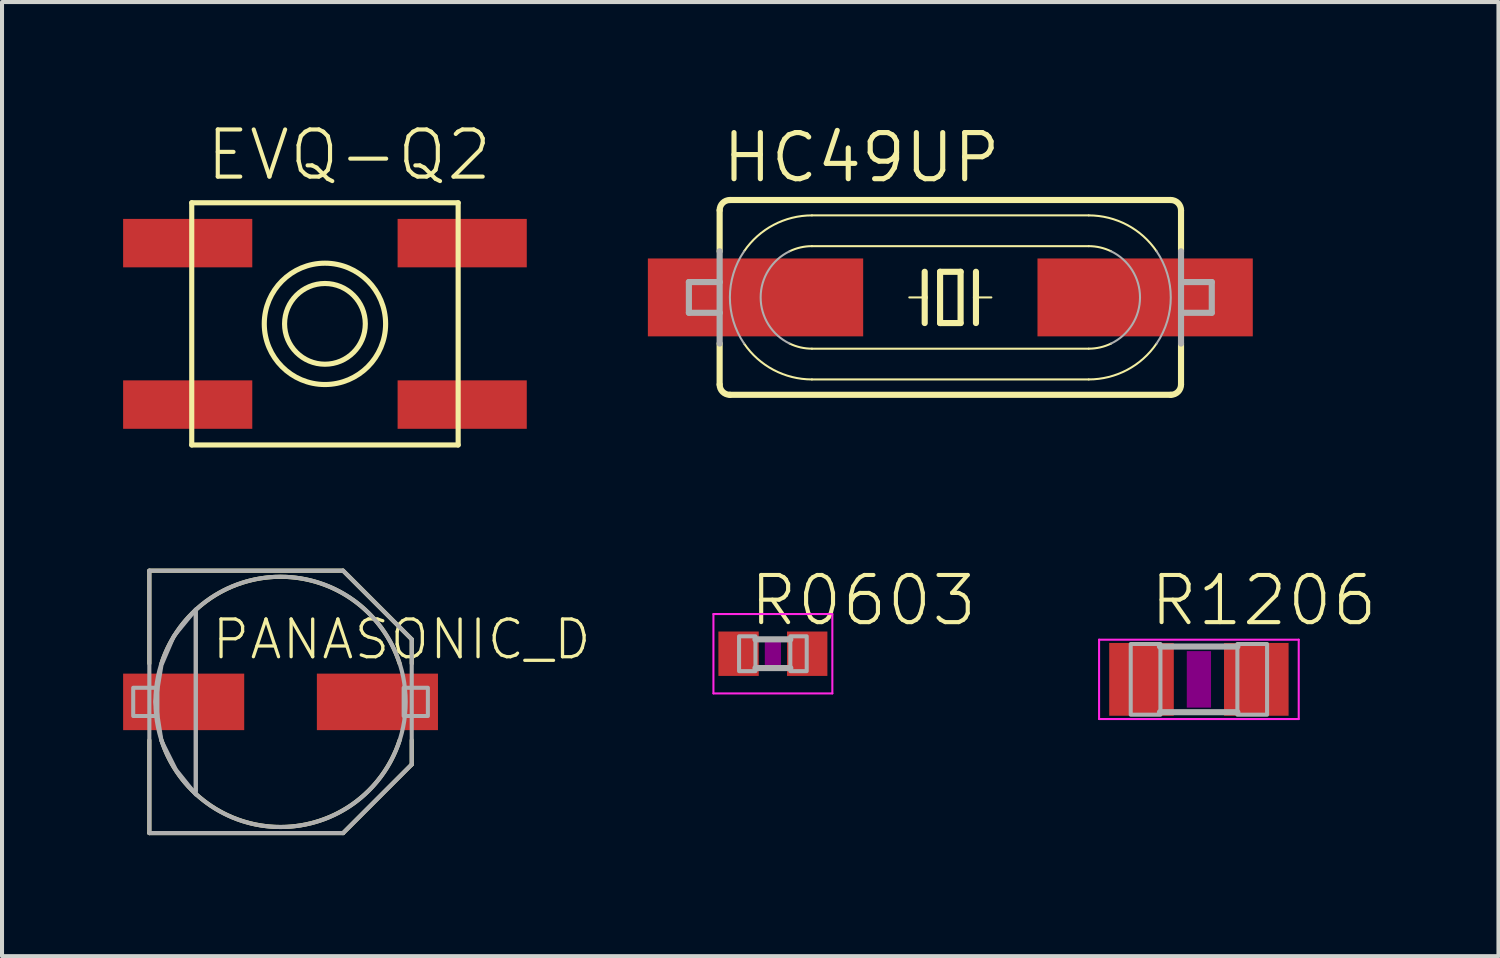
<source format=kicad_pcb>
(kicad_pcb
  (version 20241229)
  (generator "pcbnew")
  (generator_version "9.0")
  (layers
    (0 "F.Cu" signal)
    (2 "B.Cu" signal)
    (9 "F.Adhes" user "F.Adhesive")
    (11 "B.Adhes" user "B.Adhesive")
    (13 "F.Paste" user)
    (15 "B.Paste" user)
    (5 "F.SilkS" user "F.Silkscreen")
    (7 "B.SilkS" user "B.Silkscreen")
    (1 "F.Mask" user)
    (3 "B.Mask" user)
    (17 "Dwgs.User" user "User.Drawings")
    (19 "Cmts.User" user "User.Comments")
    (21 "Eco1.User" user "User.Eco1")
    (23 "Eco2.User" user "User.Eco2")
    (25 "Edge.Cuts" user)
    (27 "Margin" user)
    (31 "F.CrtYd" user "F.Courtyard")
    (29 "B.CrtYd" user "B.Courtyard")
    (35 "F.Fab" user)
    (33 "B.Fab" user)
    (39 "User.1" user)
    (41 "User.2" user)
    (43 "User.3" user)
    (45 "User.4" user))
  (footprint "PANASONIC_D"
    (layer "F.Cu")
    (at 3.9 14.338)
    (property "Reference" "PANASONIC_D" (at -1.75 -1 0) (layer "F.SilkS") (effects (font (size 0.935 0.935) (thickness 0.081)) (justify left bottom)))
    (fp_line (start -3.25 -3.25) (end 1.55 -3.25) (stroke (width 0.102) (type solid)) (layer "F.SilkS"))
    (fp_line (start -3.25 -0.95) (end -3.25 -3.25) (stroke (width 0.102) (type solid)) (layer "F.SilkS"))
    (fp_line (start -3.25 3.25) (end -3.25 0.95) (stroke (width 0.102) (type solid)) (layer "F.SilkS"))
    (fp_line (start 1.55 -3.25) (end 3.25 -1.55) (stroke (width 0.102) (type solid)) (layer "F.SilkS"))
    (fp_line (start 1.55 3.25) (end -3.25 3.25) (stroke (width 0.102) (type solid)) (layer "F.SilkS"))
    (fp_line (start 3.25 -1.55) (end 3.25 -0.95) (stroke (width 0.102) (type solid)) (layer "F.SilkS"))
    (fp_line (start 3.25 0.95) (end 3.25 1.55) (stroke (width 0.102) (type solid)) (layer "F.SilkS"))
    (fp_line (start 3.25 1.55) (end 1.55 3.25) (stroke (width 0.102) (type solid)) (layer "F.SilkS"))
    (fp_arc (start -2.95 -0.95) (mid 0 -3.099193) (end 2.95 -0.95) (stroke (width 0.1016) (type solid)) (layer "F.SilkS"))
    (fp_arc (start 2.95 0.95) (mid 0 3.099193) (end -2.95 0.95) (stroke (width 0.1016) (type solid)) (layer "F.SilkS"))
    (fp_line (start -3.25 -3.25) (end 1.55 -3.25) (stroke (width 0.102) (type solid)) (layer "F.Fab"))
    (fp_line (start -3.25 3.25) (end -3.25 -3.25) (stroke (width 0.102) (type solid)) (layer "F.Fab"))
    (fp_line (start -2.1 -2.25) (end -2.1 2.2) (stroke (width 0.102) (type solid)) (layer "F.Fab"))
    (fp_line (start 1.55 -3.25) (end 3.25 -1.55) (stroke (width 0.102) (type solid)) (layer "F.Fab"))
    (fp_line (start 1.55 3.25) (end -3.25 3.25) (stroke (width 0.102) (type solid)) (layer "F.Fab"))
    (fp_line (start 3.25 -1.55) (end 3.25 1.55) (stroke (width 0.102) (type solid)) (layer "F.Fab"))
    (fp_line (start 3.25 1.55) (end 1.55 3.25) (stroke (width 0.102) (type solid)) (layer "F.Fab"))
    (fp_circle (center 0 0) (end 3.1 0) (stroke (width 0.102) (type solid)) (fill no) (layer "F.Fab"))
    (fp_poly (pts (xy -3.65 0.35) (xy -3.05 0.35) (xy -3.05 -0.35) (xy -3.65 -0.35)) (stroke (width 0.1) (type solid)) (fill no) (layer "F.Fab"))
    (fp_poly (pts (xy 3.05 0.35) (xy 3.65 0.35) (xy 3.65 -0.35) (xy 3.05 -0.35)) (stroke (width 0.1) (type solid)) (fill no) (layer "F.Fab"))
    (fp_poly (pts (xy -2.099 2.295) (xy -2.593 1.678) (xy -2.949 0.966) (xy -3.101 -0.00022) (xy -2.949 -0.914) (xy -2.644 -1.627) (xy -2.099 -2.292)) (stroke (width 0.1) (type solid)) (fill no) (layer "F.Fab"))
    (pad "+" smd rect (at 2.4 0) (size 3 1.4) (layers "F.Cu" "F.Mask" "F.Paste"))
    (pad "-" smd rect (at -2.4 0) (size 3 1.4) (layers "F.Cu" "F.Mask" "F.Paste")))
  (footprint "R0603"
    (layer "F.Cu")
    (at 16.097 13.145)
    (property "Reference" "R0603" (at -0.635 -0.635 0) (layer "F.SilkS") (effects (font (size 1.168 1.168) (thickness 0.102)) (justify left bottom)))
    (fp_poly (pts (xy -0.2 0.4) (xy 0.2 0.4) (xy 0.2 -0.4) (xy -0.2 -0.4)) (stroke (width 0) (type solid)) (fill yes) (layer "F.Adhes"))
    (fp_line (start -1.473 -0.983) (end 1.473 -0.983) (stroke (width 0.051) (type solid)) (layer "F.CrtYd"))
    (fp_line (start -1.473 0.983) (end -1.473 -0.983) (stroke (width 0.051) (type solid)) (layer "F.CrtYd"))
    (fp_line (start 1.473 -0.983) (end 1.473 0.983) (stroke (width 0.051) (type solid)) (layer "F.CrtYd"))
    (fp_line (start 1.473 0.983) (end -1.473 0.983) (stroke (width 0.051) (type solid)) (layer "F.CrtYd"))
    (fp_line (start -0.432 0.356) (end 0.432 0.356) (stroke (width 0.152) (type solid)) (layer "F.Fab"))
    (fp_line (start 0.432 -0.356) (end -0.432 -0.356) (stroke (width 0.152) (type solid)) (layer "F.Fab"))
    (fp_poly (pts (xy -0.838 0.432) (xy -0.432 0.432) (xy -0.432 -0.432) (xy -0.838 -0.432)) (stroke (width 0.1) (type solid)) (fill no) (layer "F.Fab"))
    (fp_poly (pts (xy 0.432 0.432) (xy 0.838 0.432) (xy 0.838 -0.432) (xy 0.432 -0.432)) (stroke (width 0.1) (type solid)) (fill no) (layer "F.Fab"))
    (pad "1" smd rect (at -0.85 0) (size 1 1.1) (layers "F.Cu" "F.Mask" "F.Paste"))
    (pad "2" smd rect (at 0.85 0) (size 1 1.1) (layers "F.Cu" "F.Mask" "F.Paste")))
  (footprint "EVQ-Q2"
    (layer "F.Cu")
    (at 5 4.973)
    (property "Reference" "EVQ-Q2" (at -3 -3.5 0) (layer "F.SilkS") (effects (font (size 1.168 1.168) (thickness 0.102)) (justify left bottom)))
    (fp_line (start -3.3 -3) (end 3.3 -3) (stroke (width 0.127) (type solid)) (layer "F.SilkS"))
    (fp_line (start -3.3 3) (end -3.3 -3) (stroke (width 0.127) (type solid)) (layer "F.SilkS"))
    (fp_line (start 3.3 -3) (end 3.3 3) (stroke (width 0.127) (type solid)) (layer "F.SilkS"))
    (fp_line (start 3.3 3) (end -3.3 3) (stroke (width 0.127) (type solid)) (layer "F.SilkS"))
    (fp_circle (center 0 0) (end 1 0) (stroke (width 0.127) (type solid)) (fill no) (layer "F.SilkS"))
    (fp_circle (center 0 0) (end 1.503 0) (stroke (width 0.127) (type solid)) (fill no) (layer "F.SilkS"))
    (pad "A" smd rect (at -3.4 2) (size 3.2 1.2) (layers "F.Cu" "F.Mask" "F.Paste"))
    (pad "A'" smd rect (at 3.4 2) (size 3.2 1.2) (layers "F.Cu" "F.Mask" "F.Paste"))
    (pad "B" smd rect (at -3.4 -2) (size 3.2 1.2) (layers "F.Cu" "F.Mask" "F.Paste"))
    (pad "B'" smd rect (at 3.4 -2) (size 3.2 1.2) (layers "F.Cu" "F.Mask" "F.Paste")))
  (footprint "R1206"
    (layer "F.Cu")
    (at 26.651 13.78)
    (property "Reference" "R1206" (at -1.27 -1.27 0) (layer "F.SilkS") (effects (font (size 1.168 1.168) (thickness 0.102)) (justify left bottom)))
    (fp_poly (pts (xy -0.3 0.7) (xy 0.3 0.7) (xy 0.3 -0.7) (xy -0.3 -0.7)) (stroke (width 0) (type solid)) (fill yes) (layer "F.Adhes"))
    (fp_line (start -2.473 -0.983) (end 2.473 -0.983) (stroke (width 0.051) (type solid)) (layer "F.CrtYd"))
    (fp_line (start -2.473 0.983) (end -2.473 -0.983) (stroke (width 0.051) (type solid)) (layer "F.CrtYd"))
    (fp_line (start 2.473 -0.983) (end 2.473 0.983) (stroke (width 0.051) (type solid)) (layer "F.CrtYd"))
    (fp_line (start 2.473 0.983) (end -2.473 0.983) (stroke (width 0.051) (type solid)) (layer "F.CrtYd"))
    (fp_line (start 0.953 -0.813) (end -0.965 -0.813) (stroke (width 0.152) (type solid)) (layer "F.Fab"))
    (fp_line (start 0.953 0.813) (end -0.965 0.813) (stroke (width 0.152) (type solid)) (layer "F.Fab"))
    (fp_poly (pts (xy -1.689 0.876) (xy -0.953 0.876) (xy -0.953 -0.876) (xy -1.689 -0.876)) (stroke (width 0.1) (type solid)) (fill no) (layer "F.Fab"))
    (fp_poly (pts (xy 0.953 0.876) (xy 1.689 0.876) (xy 1.689 -0.876) (xy 0.953 -0.876)) (stroke (width 0.1) (type solid)) (fill no) (layer "F.Fab"))
    (pad "1" smd rect (at -1.422 0) (size 1.6 1.803) (layers "F.Cu" "F.Mask" "F.Paste"))
    (pad "2" smd rect (at 1.422 0) (size 1.6 1.803) (layers "F.Cu" "F.Mask" "F.Paste")))
  (footprint "HC49UP"
    (layer "F.Cu")
    (at 20.493 4.318)
    (property "Reference" "HC49UP" (at -5.715 -2.794 0) (layer "F.SilkS") (effects (font (size 1.143 1.143) (thickness 0.127)) (justify left bottom)))
    (fp_line (start -5.715 -1.143) (end -5.715 -2.159) (stroke (width 0.152) (type solid)) (layer "F.SilkS"))
    (fp_line (start -5.715 2.159) (end -5.715 1.143) (stroke (width 0.152) (type solid)) (layer "F.SilkS"))
    (fp_line (start -3.429 -2.032) (end 3.429 -2.032) (stroke (width 0.051) (type solid)) (layer "F.SilkS"))
    (fp_line (start -3.429 -1.27) (end 3.429 -1.27) (stroke (width 0.051) (type solid)) (layer "F.SilkS"))
    (fp_line (start -0.635 -0.635) (end -0.635 0) (stroke (width 0.152) (type solid)) (layer "F.SilkS"))
    (fp_line (start -0.635 0) (end -1.016 0) (stroke (width 0.051) (type solid)) (layer "F.SilkS"))
    (fp_line (start -0.635 0) (end -0.635 0.635) (stroke (width 0.152) (type solid)) (layer "F.SilkS"))
    (fp_line (start -0.254 -0.635) (end -0.254 0.635) (stroke (width 0.152) (type solid)) (layer "F.SilkS"))
    (fp_line (start -0.254 0.635) (end 0.254 0.635) (stroke (width 0.152) (type solid)) (layer "F.SilkS"))
    (fp_line (start 0.254 -0.635) (end -0.254 -0.635) (stroke (width 0.152) (type solid)) (layer "F.SilkS"))
    (fp_line (start 0.254 0.635) (end 0.254 -0.635) (stroke (width 0.152) (type solid)) (layer "F.SilkS"))
    (fp_line (start 0.635 -0.635) (end 0.635 0) (stroke (width 0.152) (type solid)) (layer "F.SilkS"))
    (fp_line (start 0.635 0) (end 0.635 0.635) (stroke (width 0.152) (type solid)) (layer "F.SilkS"))
    (fp_line (start 0.635 0) (end 1.016 0) (stroke (width 0.051) (type solid)) (layer "F.SilkS"))
    (fp_line (start 3.429 1.27) (end -3.429 1.27) (stroke (width 0.051) (type solid)) (layer "F.SilkS"))
    (fp_line (start 3.429 2.032) (end -3.429 2.032) (stroke (width 0.051) (type solid)) (layer "F.SilkS"))
    (fp_line (start 5.461 -2.413) (end -5.461 -2.413) (stroke (width 0.152) (type solid)) (layer "F.SilkS"))
    (fp_line (start 5.461 2.413) (end -5.461 2.413) (stroke (width 0.152) (type solid)) (layer "F.SilkS"))
    (fp_line (start 5.715 -1.143) (end 5.715 -2.159) (stroke (width 0.152) (type solid)) (layer "F.SilkS"))
    (fp_line (start 5.715 2.159) (end 5.715 1.143) (stroke (width 0.152) (type solid)) (layer "F.SilkS"))
    (fp_arc (start -5.715 -2.159) (mid -5.640605 -2.338605) (end -5.461 -2.413) (stroke (width 0.1524) (type solid)) (layer "F.SilkS"))
    (fp_arc (start -5.461 2.413) (mid -5.640605 2.338605) (end -5.715 2.159) (stroke (width 0.1524) (type solid)) (layer "F.SilkS"))
    (fp_arc (start -5.1091 -1.143) (mid -4.379417 -1.796107) (end -3.429 -2.032101) (stroke (width 0.0508) (type solid)) (layer "F.SilkS"))
    (fp_arc (start -3.9826 -1.143) (mid -3.712991 -1.237845) (end -3.429 -1.27) (stroke (width 0.0508) (type solid)) (layer "F.SilkS"))
    (fp_arc (start -3.429 1.27) (mid -3.712991 1.237845) (end -3.9826 1.143) (stroke (width 0.0508) (type solid)) (layer "F.SilkS"))
    (fp_arc (start -3.429 2.032001) (mid -4.379408 1.796063) (end -5.1091 1.143) (stroke (width 0.0508) (type solid)) (layer "F.SilkS"))
    (fp_arc (start 3.429 -2.032) (mid 4.379408 -1.796062) (end 5.1091 -1.142999) (stroke (width 0.0508) (type solid)) (layer "F.SilkS"))
    (fp_arc (start 3.429 -1.27) (mid 3.712991 -1.237845) (end 3.9826 -1.143) (stroke (width 0.0508) (type solid)) (layer "F.SilkS"))
    (fp_arc (start 3.9826 1.143) (mid 3.712991 1.237845) (end 3.429 1.27) (stroke (width 0.0508) (type solid)) (layer "F.SilkS"))
    (fp_arc (start 5.109 1.142899) (mid 4.379368 1.795994) (end 3.429 2.032) (stroke (width 0.0508) (type solid)) (layer "F.SilkS"))
    (fp_arc (start 5.461 -2.413) (mid 5.640605 -2.338605) (end 5.715 -2.159) (stroke (width 0.1524) (type solid)) (layer "F.SilkS"))
    (fp_arc (start 5.715 2.159) (mid 5.640605 2.338605) (end 5.461 2.413) (stroke (width 0.1524) (type solid)) (layer "F.SilkS"))
    (fp_line (start -6.477 0.381) (end -6.477 -0.381) (stroke (width 0.152) (type solid)) (layer "F.Fab"))
    (fp_line (start -5.715 -0.381) (end -6.477 -0.381) (stroke (width 0.152) (type solid)) (layer "F.Fab"))
    (fp_line (start -5.715 -0.381) (end -5.715 -1.143) (stroke (width 0.152) (type solid)) (layer "F.Fab"))
    (fp_line (start -5.715 0.381) (end -6.477 0.381) (stroke (width 0.152) (type solid)) (layer "F.Fab"))
    (fp_line (start -5.715 0.381) (end -5.715 -0.381) (stroke (width 0.152) (type solid)) (layer "F.Fab"))
    (fp_line (start -5.715 1.143) (end -5.715 0.381) (stroke (width 0.152) (type solid)) (layer "F.Fab"))
    (fp_line (start 5.715 -0.381) (end 6.477 -0.381) (stroke (width 0.152) (type solid)) (layer "F.Fab"))
    (fp_line (start 5.715 0.381) (end 6.477 0.381) (stroke (width 0.152) (type solid)) (layer "F.Fab"))
    (fp_line (start 5.715 1.143) (end 5.715 -1.143) (stroke (width 0.152) (type solid)) (layer "F.Fab"))
    (fp_line (start 6.477 0.381) (end 6.477 -0.381) (stroke (width 0.152) (type solid)) (layer "F.Fab"))
    (fp_arc (start -5.1091 1.143) (mid -5.46104 0) (end -5.1091 -1.143) (stroke (width 0.0508) (type solid)) (layer "F.Fab"))
    (fp_arc (start -3.9826 1.143) (mid -4.699009 0) (end -3.9826 -1.143) (stroke (width 0.0508) (type solid)) (layer "F.Fab"))
    (fp_arc (start 3.9826 -1.143) (mid 4.699009 0) (end 3.9826 1.143) (stroke (width 0.0508) (type solid)) (layer "F.Fab"))
    (fp_arc (start 5.1091 -1.143) (mid 5.46104 0) (end 5.1091 1.143) (stroke (width 0.0508) (type solid)) (layer "F.Fab"))
    (pad "1" smd rect (at -4.826 0) (size 5.334 1.93) (layers "F.Cu" "F.Mask" "F.Paste"))
    (pad "2" smd rect (at 4.826 0) (size 5.334 1.93) (layers "F.Cu" "F.Mask" "F.Paste"))
    (zone (net_name "") (layers "F.Cu" "B.Cu") (hatch edge 0.508) (connect_pads) (min_thickness 0.254) (filled_areas_thickness no) (keepout (tracks allowed) (vias not_allowed) (pads allowed) (copperpour allowed) (footprints allowed)) (placement (enabled no)) (fill) (polygon (pts (xy 13.889 7.366) (xy 27.097 7.366) (xy 27.097 1.27) (xy 13.889 1.27)))))
  (gr_rect
    (start -3 -3)
    (end 34.072 20.638)
    (stroke (width 0.1) (type default))
    (fill no)
    (layer "Edge.Cuts")))
</source>
